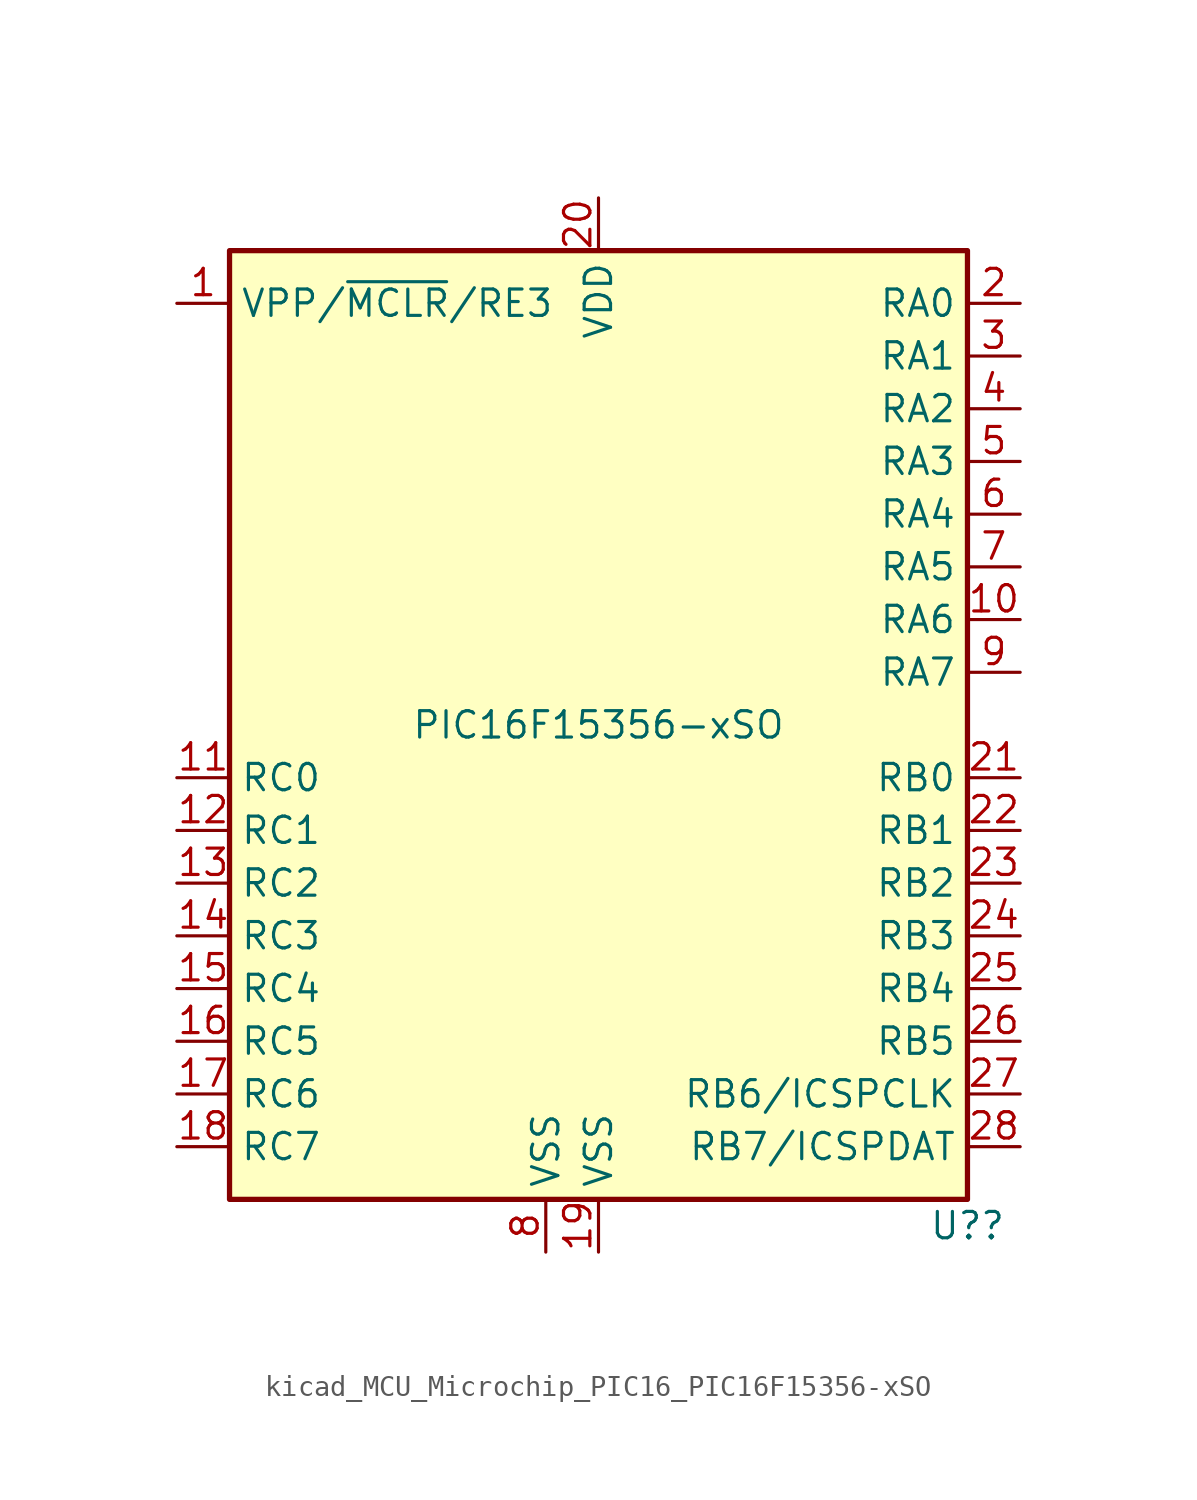
<source format=kicad_sym>
(kicad_symbol_lib
  (version 20220914)
  (generator kicad_symbol_editor)
  (symbol "kicad_MCU_Microchip_PIC16_PIC16F15356-xSO"
    (property "Reference" "U?"
      (at 17.78 -24.13 0)
      (effects (font (size 1.27 1.27))))
    (property "Value" "PIC16F15356-xSO"
      (at 0 0 0)
      (effects (font (size 1.27 1.27))))
    (symbol "kicad_MCU_Microchip_PIC16_PIC16F15356-xSO_0_1"
      (rectangle (start 17.78 22.86) (end -17.78 -22.86) (stroke (width 0.254) (type default)) (fill (type background))))
    (symbol "kicad_MCU_Microchip_PIC16_PIC16F15356-xSO_1_1"
      (pin bidirectional line (at -20.32 20.32 0) (length 2.54) (name "VPP/~{MCLR}/RE3" (effects (font (size 1.27 1.27)))) (number "1" (effects (font (size 1.27 1.27)))))
      (pin bidirectional line (at 20.32 5.08 180) (length 2.54) (name "RA6" (effects (font (size 1.27 1.27)))) (number "10" (effects (font (size 1.27 1.27)))))
      (pin bidirectional line (at -20.32 -2.54 0) (length 2.54) (name "RC0" (effects (font (size 1.27 1.27)))) (number "11" (effects (font (size 1.27 1.27)))))
      (pin bidirectional line (at -20.32 -5.08 0) (length 2.54) (name "RC1" (effects (font (size 1.27 1.27)))) (number "12" (effects (font (size 1.27 1.27)))))
      (pin bidirectional line (at -20.32 -7.62 0) (length 2.54) (name "RC2" (effects (font (size 1.27 1.27)))) (number "13" (effects (font (size 1.27 1.27)))))
      (pin bidirectional line (at -20.32 -10.16 0) (length 2.54) (name "RC3" (effects (font (size 1.27 1.27)))) (number "14" (effects (font (size 1.27 1.27)))))
      (pin bidirectional line (at -20.32 -12.7 0) (length 2.54) (name "RC4" (effects (font (size 1.27 1.27)))) (number "15" (effects (font (size 1.27 1.27)))))
      (pin bidirectional line (at -20.32 -15.24 0) (length 2.54) (name "RC5" (effects (font (size 1.27 1.27)))) (number "16" (effects (font (size 1.27 1.27)))))
      (pin bidirectional line (at -20.32 -17.78 0) (length 2.54) (name "RC6" (effects (font (size 1.27 1.27)))) (number "17" (effects (font (size 1.27 1.27)))))
      (pin bidirectional line (at -20.32 -20.32 0) (length 2.54) (name "RC7" (effects (font (size 1.27 1.27)))) (number "18" (effects (font (size 1.27 1.27)))))
      (pin power_in line (at 0 -25.4 90) (length 2.54) (name "VSS" (effects (font (size 1.27 1.27)))) (number "19" (effects (font (size 1.27 1.27)))))
      (pin bidirectional line (at 20.32 20.32 180) (length 2.54) (name "RA0" (effects (font (size 1.27 1.27)))) (number "2" (effects (font (size 1.27 1.27)))))
      (pin power_in line (at 0 25.4 270) (length 2.54) (name "VDD" (effects (font (size 1.27 1.27)))) (number "20" (effects (font (size 1.27 1.27)))))
      (pin bidirectional line (at 20.32 -2.54 180) (length 2.54) (name "RB0" (effects (font (size 1.27 1.27)))) (number "21" (effects (font (size 1.27 1.27)))))
      (pin bidirectional line (at 20.32 -5.08 180) (length 2.54) (name "RB1" (effects (font (size 1.27 1.27)))) (number "22" (effects (font (size 1.27 1.27)))))
      (pin bidirectional line (at 20.32 -7.62 180) (length 2.54) (name "RB2" (effects (font (size 1.27 1.27)))) (number "23" (effects (font (size 1.27 1.27)))))
      (pin bidirectional line (at 20.32 -10.16 180) (length 2.54) (name "RB3" (effects (font (size 1.27 1.27)))) (number "24" (effects (font (size 1.27 1.27)))))
      (pin bidirectional line (at 20.32 -12.7 180) (length 2.54) (name "RB4" (effects (font (size 1.27 1.27)))) (number "25" (effects (font (size 1.27 1.27)))))
      (pin bidirectional line (at 20.32 -15.24 180) (length 2.54) (name "RB5" (effects (font (size 1.27 1.27)))) (number "26" (effects (font (size 1.27 1.27)))))
      (pin bidirectional line (at 20.32 -17.78 180) (length 2.54) (name "RB6/ICSPCLK" (effects (font (size 1.27 1.27)))) (number "27" (effects (font (size 1.27 1.27)))))
      (pin bidirectional line (at 20.32 -20.32 180) (length 2.54) (name "RB7/ICSPDAT" (effects (font (size 1.27 1.27)))) (number "28" (effects (font (size 1.27 1.27)))))
      (pin bidirectional line (at 20.32 17.78 180) (length 2.54) (name "RA1" (effects (font (size 1.27 1.27)))) (number "3" (effects (font (size 1.27 1.27)))))
      (pin bidirectional line (at 20.32 15.24 180) (length 2.54) (name "RA2" (effects (font (size 1.27 1.27)))) (number "4" (effects (font (size 1.27 1.27)))))
      (pin bidirectional line (at 20.32 12.7 180) (length 2.54) (name "RA3" (effects (font (size 1.27 1.27)))) (number "5" (effects (font (size 1.27 1.27)))))
      (pin bidirectional line (at 20.32 10.16 180) (length 2.54) (name "RA4" (effects (font (size 1.27 1.27)))) (number "6" (effects (font (size 1.27 1.27)))))
      (pin bidirectional line (at 20.32 7.62 180) (length 2.54) (name "RA5" (effects (font (size 1.27 1.27)))) (number "7" (effects (font (size 1.27 1.27)))))
      (pin power_in line (at -2.54 -25.4 90) (length 2.54) (name "VSS" (effects (font (size 1.27 1.27)))) (number "8" (effects (font (size 1.27 1.27)))))
      (pin bidirectional line (at 20.32 2.54 180) (length 2.54) (name "RA7" (effects (font (size 1.27 1.27)))) (number "9" (effects (font (size 1.27 1.27))))))))
</source>
